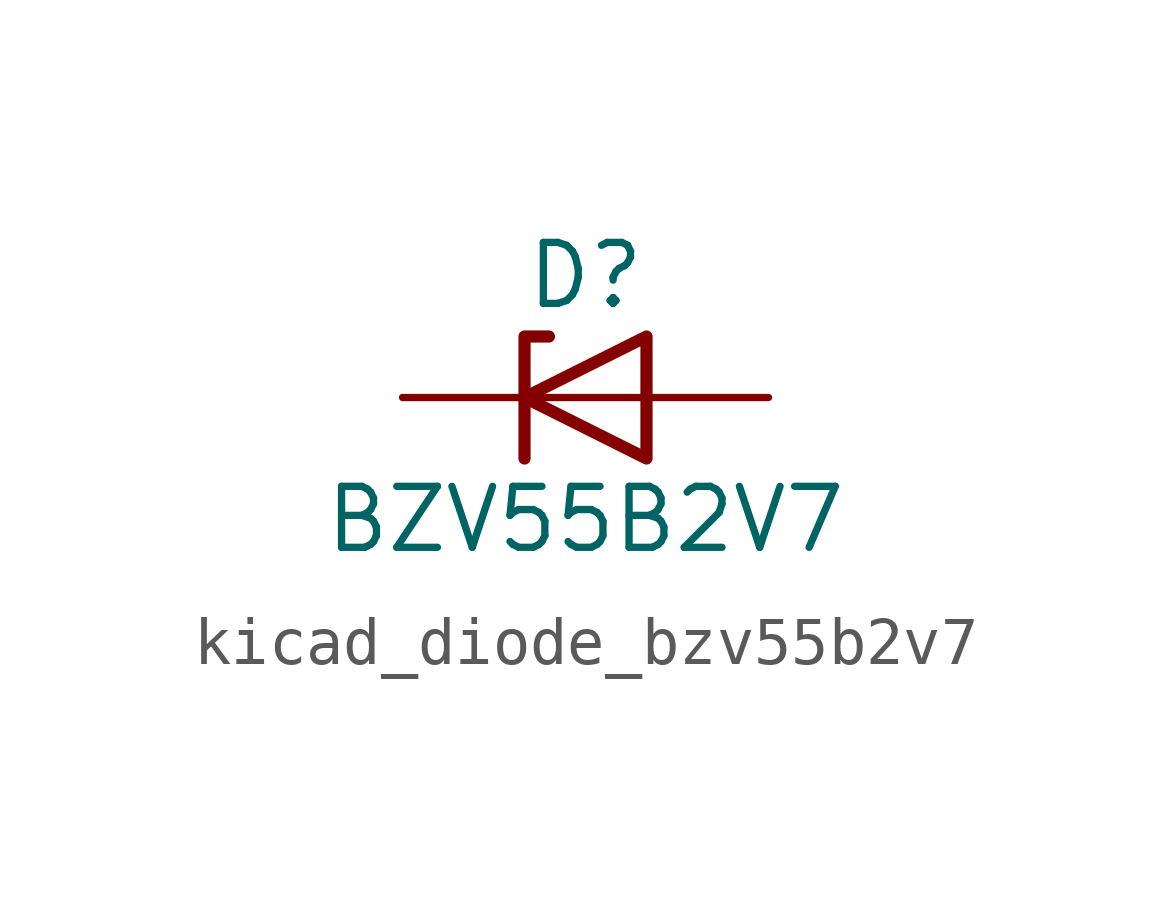
<source format=kicad_sym>
(kicad_symbol_lib
  (version 20220914)
  (generator kicad_symbol_editor)
  (symbol "kicad_diode_bzv55b2v7"
    (pin_numbers hide)
    (pin_names hide)
    (property "Reference" "D"
      (at 0 2.54 0)
      (effects (font (size 1.27 1.27))))
    (property "Value" "BZV55B2V7"
      (at 0 -2.54 0)
      (effects (font (size 1.27 1.27))))
    (symbol "kicad_diode_bzv55b2v7_0_1"
      (polyline (pts (xy 1.27 0) (xy -1.27 0)) (stroke (width 0) (type default)) (fill (type none)))
      (polyline (pts (xy -1.27 -1.27) (xy -1.27 1.27) (xy -0.762 1.27)) (stroke (width 0.254) (type default)) (fill (type none)))
      (polyline (pts (xy 1.27 -1.27) (xy 1.27 1.27) (xy -1.27 0) (xy 1.27 -1.27)) (stroke (width 0.254) (type default)) (fill (type none))))
    (symbol "kicad_diode_bzv55b2v7_1_1"
      (pin passive line (at -3.81 0 0) (length 2.54) (name "K" (effects (font (size 1.27 1.27)))) (number "1" (effects (font (size 1.27 1.27)))))
      (pin passive line (at 3.81 0 180) (length 2.54) (name "A" (effects (font (size 1.27 1.27)))) (number "2" (effects (font (size 1.27 1.27))))))))
</source>
